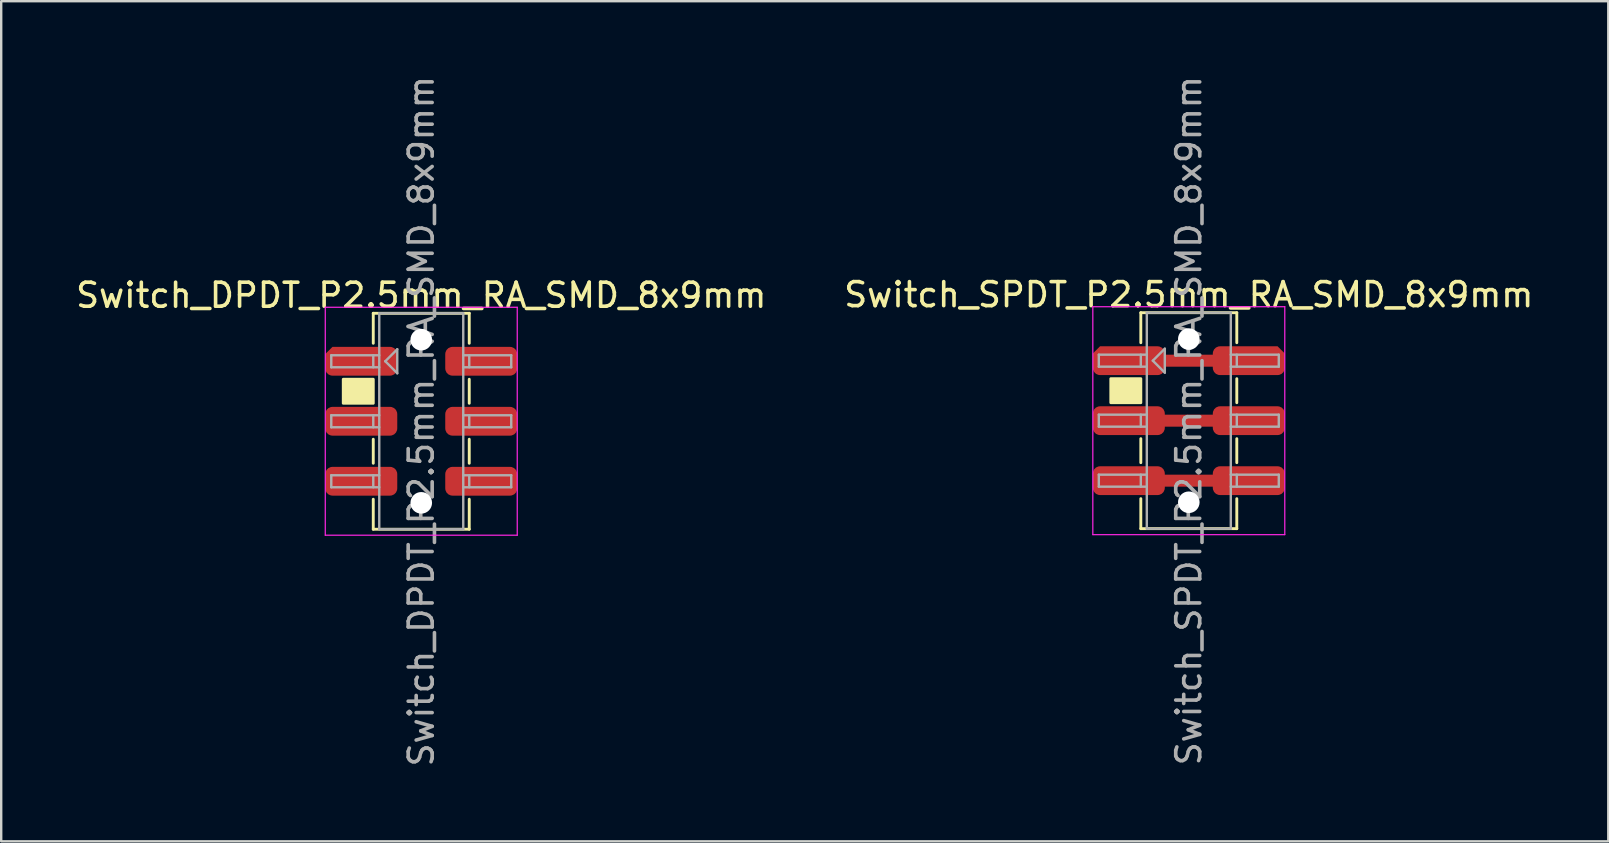
<source format=kicad_pcb>
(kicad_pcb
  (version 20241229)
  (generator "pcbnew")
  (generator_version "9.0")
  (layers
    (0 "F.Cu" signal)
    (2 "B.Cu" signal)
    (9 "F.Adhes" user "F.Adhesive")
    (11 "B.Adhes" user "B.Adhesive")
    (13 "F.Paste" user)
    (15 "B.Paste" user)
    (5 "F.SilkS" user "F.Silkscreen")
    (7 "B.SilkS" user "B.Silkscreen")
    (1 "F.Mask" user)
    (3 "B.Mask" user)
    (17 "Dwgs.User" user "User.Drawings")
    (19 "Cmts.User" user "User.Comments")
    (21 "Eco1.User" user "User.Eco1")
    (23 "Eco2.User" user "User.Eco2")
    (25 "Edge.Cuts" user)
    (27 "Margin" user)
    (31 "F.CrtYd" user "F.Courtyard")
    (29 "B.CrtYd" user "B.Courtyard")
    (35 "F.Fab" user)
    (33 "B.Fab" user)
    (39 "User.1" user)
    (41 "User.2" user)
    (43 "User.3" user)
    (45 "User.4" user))
  (footprint "Switch_DPDT_P2.5mm_RA_SMD_8x9mm"
    (layer "F.Cu")
    (at 14.506 14.506)
    (property "Reference" "Switch_DPDT_P2.5mm_RA_SMD_8x9mm" (at 0 -5.25 180) (layer "F.SilkS") (effects (font (size 1 1) (thickness 0.15))))
    (attr smd)
    (fp_line (start -2 -4.5) (end 2 -4.5) (stroke (width 0.12) (type default)) (layer "F.SilkS"))
    (fp_line (start -2 -3.25) (end -2 -4.5) (stroke (width 0.12) (type default)) (layer "F.SilkS"))
    (fp_line (start -2 0.75) (end -2 1.75) (stroke (width 0.12) (type default)) (layer "F.SilkS"))
    (fp_line (start -2 3.25) (end -2 4.5) (stroke (width 0.12) (type default)) (layer "F.SilkS"))
    (fp_line (start -2 4.5) (end 2 4.5) (stroke (width 0.12) (type default)) (layer "F.SilkS"))
    (fp_line (start 2 -4.5) (end 2 -3.25) (stroke (width 0.12) (type default)) (layer "F.SilkS"))
    (fp_line (start 2 -0.75) (end 2 -1.75) (stroke (width 0.12) (type default)) (layer "F.SilkS"))
    (fp_line (start 2 1.75) (end 2 0.75) (stroke (width 0.12) (type default)) (layer "F.SilkS"))
    (fp_line (start 2 4.5) (end 2 3.25) (stroke (width 0.12) (type default)) (layer "F.SilkS"))
    (fp_rect (start -3.25 -1.75) (end -2 -0.75) (stroke (width 0.12) (type solid)) (fill yes) (layer "F.SilkS"))
    (fp_line (start -4 -4.75) (end -4 4.75) (stroke (width 0.05) (type solid)) (layer "F.CrtYd"))
    (fp_line (start -4 4.75) (end 4 4.75) (stroke (width 0.05) (type solid)) (layer "F.CrtYd"))
    (fp_line (start 4 -4.75) (end -4 -4.75) (stroke (width 0.05) (type solid)) (layer "F.CrtYd"))
    (fp_line (start 4 4.75) (end 4 -4.75) (stroke (width 0.05) (type solid)) (layer "F.CrtYd"))
    (fp_line (start -3.75 -2.75) (end -3.75 -2.25) (stroke (width 0.1) (type default)) (layer "F.Fab"))
    (fp_line (start -3.75 -2.25) (end -1.75 -2.25) (stroke (width 0.1) (type default)) (layer "F.Fab"))
    (fp_line (start -3.75 -0.25) (end -3.75 0.25) (stroke (width 0.1) (type default)) (layer "F.Fab"))
    (fp_line (start -3.75 0.25) (end -1.75 0.25) (stroke (width 0.1) (type default)) (layer "F.Fab"))
    (fp_line (start -3.75 2.25) (end -3.75 2.75) (stroke (width 0.1) (type default)) (layer "F.Fab"))
    (fp_line (start -3.75 2.75) (end -1.75 2.75) (stroke (width 0.1) (type default)) (layer "F.Fab"))
    (fp_line (start -2 -2.75) (end -2 -2.25) (stroke (width 0.1) (type default)) (layer "F.Fab"))
    (fp_line (start -2 -0.25) (end -2 0.25) (stroke (width 0.1) (type default)) (layer "F.Fab"))
    (fp_line (start -2 2.25) (end -2 2.75) (stroke (width 0.1) (type default)) (layer "F.Fab"))
    (fp_line (start -1.75 -4.5) (end -1.75 4.5) (stroke (width 0.1) (type default)) (layer "F.Fab"))
    (fp_line (start -1.75 -2.75) (end -3.75 -2.75) (stroke (width 0.1) (type default)) (layer "F.Fab"))
    (fp_line (start -1.75 -0.25) (end -3.75 -0.25) (stroke (width 0.1) (type default)) (layer "F.Fab"))
    (fp_line (start -1.75 2.25) (end -3.75 2.25) (stroke (width 0.1) (type default)) (layer "F.Fab"))
    (fp_line (start -1.75 4.5) (end 1.75 4.5) (stroke (width 0.1) (type default)) (layer "F.Fab"))
    (fp_line (start -1.5 -2.5) (end -1 -3) (stroke (width 0.1) (type default)) (layer "F.Fab"))
    (fp_line (start -1 -3) (end -1 -2) (stroke (width 0.1) (type default)) (layer "F.Fab"))
    (fp_line (start -1 -2) (end -1.5 -2.5) (stroke (width 0.1) (type default)) (layer "F.Fab"))
    (fp_line (start 1.75 -4.5) (end -1.75 -4.5) (stroke (width 0.1) (type default)) (layer "F.Fab"))
    (fp_line (start 1.75 -2.25) (end 3.75 -2.25) (stroke (width 0.1) (type default)) (layer "F.Fab"))
    (fp_line (start 1.75 -0.25) (end 3.75 -0.25) (stroke (width 0.1) (type default)) (layer "F.Fab"))
    (fp_line (start 1.75 2.25) (end 3.75 2.25) (stroke (width 0.1) (type default)) (layer "F.Fab"))
    (fp_line (start 1.75 4.5) (end 1.75 -4.5) (stroke (width 0.1) (type default)) (layer "F.Fab"))
    (fp_line (start 2 -2.25) (end 2 -2.75) (stroke (width 0.1) (type default)) (layer "F.Fab"))
    (fp_line (start 2 0.25) (end 2 -0.25) (stroke (width 0.1) (type default)) (layer "F.Fab"))
    (fp_line (start 2 2.25) (end 2 2.75) (stroke (width 0.1) (type default)) (layer "F.Fab"))
    (fp_line (start 3.75 -2.75) (end 1.75 -2.75) (stroke (width 0.1) (type default)) (layer "F.Fab"))
    (fp_line (start 3.75 -2.25) (end 3.75 -2.75) (stroke (width 0.1) (type default)) (layer "F.Fab"))
    (fp_line (start 3.75 -0.25) (end 3.75 0.25) (stroke (width 0.1) (type default)) (layer "F.Fab"))
    (fp_line (start 3.75 0.25) (end 1.75 0.25) (stroke (width 0.1) (type default)) (layer "F.Fab"))
    (fp_line (start 3.75 2.25) (end 3.75 2.75) (stroke (width 0.1) (type default)) (layer "F.Fab"))
    (fp_line (start 3.75 2.75) (end 1.75 2.75) (stroke (width 0.1) (type default)) (layer "F.Fab"))
    (fp_text user "${REFERENCE}" (at 0 0 90) (layer "F.Fab") (effects (font (size 1 1) (thickness 0.15))))
    (pad "" np_thru_hole circle (at 0 -3.4) (size 0.9 0.9) (drill 0.9) (layers "*.Cu" "*.Mask"))
    (pad "" np_thru_hole circle (at 0 3.4) (size 0.9 0.9) (drill 0.9) (layers "*.Cu" "*.Mask"))
    (pad "1" smd roundrect (at -2.5 -2.5) (size 3 1.2) (layers "F.Cu" "F.Mask" "F.Paste") (roundrect_rratio 0.25) (chamfer_ratio 0.25) (chamfer top_left))
    (pad "2" smd roundrect (at -2.5 0) (size 3 1.2) (layers "F.Cu" "F.Mask" "F.Paste") (roundrect_rratio 0.25))
    (pad "3" smd roundrect (at -2.5 2.5) (size 3 1.2) (layers "F.Cu" "F.Mask" "F.Paste") (roundrect_rratio 0.25))
    (pad "4" smd roundrect (at 2.5 2.5) (size 3 1.2) (layers "F.Cu" "F.Mask" "F.Paste") (roundrect_rratio 0.25))
    (pad "5" smd roundrect (at 2.5 0) (size 3 1.2) (layers "F.Cu" "F.Mask" "F.Paste") (roundrect_rratio 0.25))
    (pad "6" smd roundrect (at 2.5 -2.5) (size 3 1.2) (layers "F.Cu" "F.Mask" "F.Paste") (roundrect_rratio 0.25)))
  (footprint "Switch_SPDT_P2.5mm_RA_SMD_8x9mm"
    (layer "F.Cu")
    (at 46.494 14.482)
    (property "Reference" "Switch_SPDT_P2.5mm_RA_SMD_8x9mm" (at 0 -5.25 180) (layer "F.SilkS") (effects (font (size 1 1) (thickness 0.15))))
    (attr smd)
    (fp_line (start -2 -4.5) (end 2 -4.5) (stroke (width 0.12) (type default)) (layer "F.SilkS"))
    (fp_line (start -2 -3.25) (end -2 -4.5) (stroke (width 0.12) (type default)) (layer "F.SilkS"))
    (fp_line (start -2 0.75) (end -2 1.75) (stroke (width 0.12) (type default)) (layer "F.SilkS"))
    (fp_line (start -2 3.25) (end -2 4.5) (stroke (width 0.12) (type default)) (layer "F.SilkS"))
    (fp_line (start -2 4.5) (end 2 4.5) (stroke (width 0.12) (type default)) (layer "F.SilkS"))
    (fp_line (start 2 -4.5) (end 2 -3.25) (stroke (width 0.12) (type default)) (layer "F.SilkS"))
    (fp_line (start 2 -0.75) (end 2 -1.75) (stroke (width 0.12) (type default)) (layer "F.SilkS"))
    (fp_line (start 2 1.75) (end 2 0.75) (stroke (width 0.12) (type default)) (layer "F.SilkS"))
    (fp_line (start 2 4.5) (end 2 3.25) (stroke (width 0.12) (type default)) (layer "F.SilkS"))
    (fp_rect (start -3.25 -1.75) (end -2 -0.75) (stroke (width 0.12) (type solid)) (fill yes) (layer "F.SilkS"))
    (fp_line (start -4 -4.75) (end -4 4.75) (stroke (width 0.05) (type solid)) (layer "F.CrtYd"))
    (fp_line (start -4 4.75) (end 4 4.75) (stroke (width 0.05) (type solid)) (layer "F.CrtYd"))
    (fp_line (start 4 -4.75) (end -4 -4.75) (stroke (width 0.05) (type solid)) (layer "F.CrtYd"))
    (fp_line (start 4 4.75) (end 4 -4.75) (stroke (width 0.05) (type solid)) (layer "F.CrtYd"))
    (fp_line (start -3.75 -2.75) (end -3.75 -2.25) (stroke (width 0.1) (type default)) (layer "F.Fab"))
    (fp_line (start -3.75 -2.25) (end -1.75 -2.25) (stroke (width 0.1) (type default)) (layer "F.Fab"))
    (fp_line (start -3.75 -0.25) (end -3.75 0.25) (stroke (width 0.1) (type default)) (layer "F.Fab"))
    (fp_line (start -3.75 0.25) (end -1.75 0.25) (stroke (width 0.1) (type default)) (layer "F.Fab"))
    (fp_line (start -3.75 2.25) (end -3.75 2.75) (stroke (width 0.1) (type default)) (layer "F.Fab"))
    (fp_line (start -3.75 2.75) (end -1.75 2.75) (stroke (width 0.1) (type default)) (layer "F.Fab"))
    (fp_line (start -2 -2.75) (end -2 -2.25) (stroke (width 0.1) (type default)) (layer "F.Fab"))
    (fp_line (start -2 -0.25) (end -2 0.25) (stroke (width 0.1) (type default)) (layer "F.Fab"))
    (fp_line (start -2 2.25) (end -2 2.75) (stroke (width 0.1) (type default)) (layer "F.Fab"))
    (fp_line (start -1.75 -4.5) (end -1.75 4.5) (stroke (width 0.1) (type default)) (layer "F.Fab"))
    (fp_line (start -1.75 -2.75) (end -3.75 -2.75) (stroke (width 0.1) (type default)) (layer "F.Fab"))
    (fp_line (start -1.75 -0.25) (end -3.75 -0.25) (stroke (width 0.1) (type default)) (layer "F.Fab"))
    (fp_line (start -1.75 2.25) (end -3.75 2.25) (stroke (width 0.1) (type default)) (layer "F.Fab"))
    (fp_line (start -1.75 4.5) (end 1.75 4.5) (stroke (width 0.1) (type default)) (layer "F.Fab"))
    (fp_line (start -1.5 -2.5) (end -1 -3) (stroke (width 0.1) (type default)) (layer "F.Fab"))
    (fp_line (start -1 -3) (end -1 -2) (stroke (width 0.1) (type default)) (layer "F.Fab"))
    (fp_line (start -1 -2) (end -1.5 -2.5) (stroke (width 0.1) (type default)) (layer "F.Fab"))
    (fp_line (start 1.75 -4.5) (end -1.75 -4.5) (stroke (width 0.1) (type default)) (layer "F.Fab"))
    (fp_line (start 1.75 -2.25) (end 3.75 -2.25) (stroke (width 0.1) (type default)) (layer "F.Fab"))
    (fp_line (start 1.75 -0.25) (end 3.75 -0.25) (stroke (width 0.1) (type default)) (layer "F.Fab"))
    (fp_line (start 1.75 2.25) (end 3.75 2.25) (stroke (width 0.1) (type default)) (layer "F.Fab"))
    (fp_line (start 1.75 4.5) (end 1.75 -4.5) (stroke (width 0.1) (type default)) (layer "F.Fab"))
    (fp_line (start 2 -2.25) (end 2 -2.75) (stroke (width 0.1) (type default)) (layer "F.Fab"))
    (fp_line (start 2 0.25) (end 2 -0.25) (stroke (width 0.1) (type default)) (layer "F.Fab"))
    (fp_line (start 2 2.25) (end 2 2.75) (stroke (width 0.1) (type default)) (layer "F.Fab"))
    (fp_line (start 3.75 -2.75) (end 1.75 -2.75) (stroke (width 0.1) (type default)) (layer "F.Fab"))
    (fp_line (start 3.75 -2.25) (end 3.75 -2.75) (stroke (width 0.1) (type default)) (layer "F.Fab"))
    (fp_line (start 3.75 -0.25) (end 3.75 0.25) (stroke (width 0.1) (type default)) (layer "F.Fab"))
    (fp_line (start 3.75 0.25) (end 1.75 0.25) (stroke (width 0.1) (type default)) (layer "F.Fab"))
    (fp_line (start 3.75 2.25) (end 3.75 2.75) (stroke (width 0.1) (type default)) (layer "F.Fab"))
    (fp_line (start 3.75 2.75) (end 1.75 2.75) (stroke (width 0.1) (type default)) (layer "F.Fab"))
    (fp_text user "${REFERENCE}" (at 0 0 90) (layer "F.Fab") (effects (font (size 1 1) (thickness 0.15))))
    (pad "" np_thru_hole circle (at 0 -3.4) (size 0.9 0.9) (drill 0.9) (layers "*.Cu" "*.Mask"))
    (pad "" np_thru_hole circle (at 0 3.4) (size 0.9 0.9) (drill 0.9) (layers "*.Cu" "*.Mask"))
    (pad "1" smd roundrect (at -2.5 -2.5) (size 3 1.2) (layers "F.Cu" "F.Mask" "F.Paste") (roundrect_rratio 0.25) (chamfer_ratio 0.25) (chamfer top_left))
    (pad "1" smd rect (at 0 -2.5) (size 3 0.5) (layers "F.Cu" "F.Mask" "F.Paste"))
    (pad "1" smd roundrect (at 2.5 -2.5) (size 3 1.2) (layers "F.Cu" "F.Mask" "F.Paste") (roundrect_rratio 0.25) (chamfer_ratio 0.25) (chamfer top_right))
    (pad "2" smd roundrect (at -2.5 0) (size 3 1.2) (layers "F.Cu" "F.Mask" "F.Paste") (roundrect_rratio 0.25))
    (pad "2" smd rect (at 0 0) (size 3 0.5) (layers "F.Cu" "F.Mask" "F.Paste"))
    (pad "2" smd roundrect (at 2.5 0) (size 3 1.2) (layers "F.Cu" "F.Mask" "F.Paste") (roundrect_rratio 0.25))
    (pad "3" smd roundrect (at -2.5 2.5) (size 3 1.2) (layers "F.Cu" "F.Mask" "F.Paste") (roundrect_rratio 0.25))
    (pad "3" smd rect (at 0 2.5) (size 3 0.5) (layers "F.Cu" "F.Mask" "F.Paste"))
    (pad "3" smd roundrect (at 2.5 2.5) (size 3 1.2) (layers "F.Cu" "F.Mask" "F.Paste") (roundrect_rratio 0.25)))
  (gr_rect
    (start -3 -3)
    (end 63.976 32.012)
    (stroke (width 0.1) (type default))
    (fill no)
    (layer "Edge.Cuts")))
</source>
